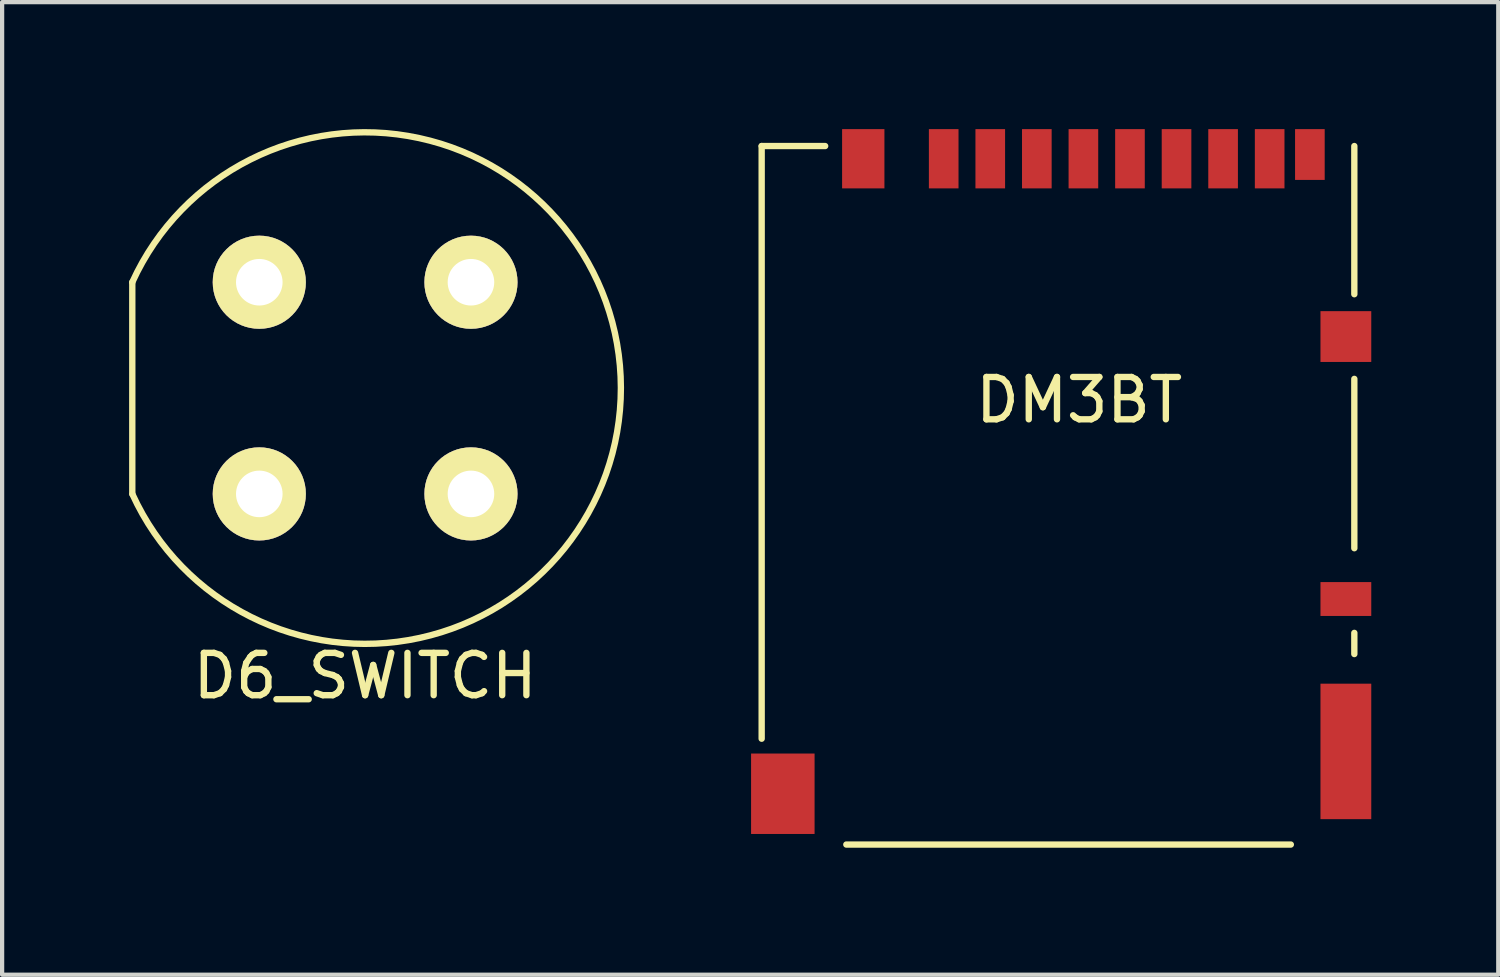
<source format=kicad_pcb>
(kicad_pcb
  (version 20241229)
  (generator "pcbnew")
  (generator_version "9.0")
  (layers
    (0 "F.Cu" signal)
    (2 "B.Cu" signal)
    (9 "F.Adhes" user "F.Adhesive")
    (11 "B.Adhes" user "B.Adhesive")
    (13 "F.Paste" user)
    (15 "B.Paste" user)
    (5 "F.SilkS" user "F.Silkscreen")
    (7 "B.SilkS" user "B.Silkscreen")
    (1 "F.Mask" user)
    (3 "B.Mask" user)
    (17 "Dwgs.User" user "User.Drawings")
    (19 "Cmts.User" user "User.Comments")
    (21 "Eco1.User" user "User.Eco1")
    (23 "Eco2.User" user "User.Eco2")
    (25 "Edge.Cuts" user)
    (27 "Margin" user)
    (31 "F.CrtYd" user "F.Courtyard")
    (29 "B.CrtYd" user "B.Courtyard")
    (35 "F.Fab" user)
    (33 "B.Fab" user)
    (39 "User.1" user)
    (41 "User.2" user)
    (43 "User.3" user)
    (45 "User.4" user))
  (footprint "D6_SWITCH"
    (layer "F.Cu")
    (at 5.575 6.117)
    (property "Reference" "D6_SWITCH" (at 0 6.8 0) (layer "F.SilkS") (effects (font (size 1 1) (thickness 0.15))))
    (attr through_hole)
    (fp_line (start -5.5 2.5) (end -5.5 -2.5) (stroke (width 0.15) (type solid)) (layer "F.SilkS"))
    (fp_arc (start -5.5 -2.5) (mid 6.04152 -0.00591) (end -5.495099 2.510755) (stroke (width 0.15) (type solid)) (layer "F.SilkS"))
    (pad "1" thru_hole circle (at -2.5 -2.5) (size 2.2 2.2) (drill 1.1) (layers "*.Cu" "*.Mask" "F.SilkS"))
    (pad "1" thru_hole circle (at 2.5 -2.5) (size 2.2 2.2) (drill 1.1) (layers "*.Cu" "*.Mask" "F.SilkS"))
    (pad "2" thru_hole circle (at -2.5 2.5) (size 2.2 2.2) (drill 1.1) (layers "*.Cu" "*.Mask" "F.SilkS"))
    (pad "2" thru_hole circle (at 2.5 2.5) (size 2.2 2.2) (drill 1.1) (layers "*.Cu" "*.Mask" "F.SilkS")))
  (footprint "DM3BT"
    (layer "F.Cu")
    (at 22.442 8.4)
    (property "Reference" "DM3BT" (at 0 -2 0) (layer "F.SilkS") (effects (font (size 1 1) (thickness 0.15))))
    (attr through_hole)
    (fp_line (start -7.5 -8) (end -6 -8) (stroke (width 0.15) (type solid)) (layer "F.SilkS"))
    (fp_line (start -7.5 6) (end -7.5 -8) (stroke (width 0.15) (type solid)) (layer "F.SilkS"))
    (fp_line (start -5.5 8.5) (end 5 8.5) (stroke (width 0.15) (type solid)) (layer "F.SilkS"))
    (fp_line (start 6.5 -4.5) (end 6.5 -8) (stroke (width 0.15) (type solid)) (layer "F.SilkS"))
    (fp_line (start 6.5 -2.5) (end 6.5 1.5) (stroke (width 0.15) (type solid)) (layer "F.SilkS"))
    (fp_line (start 6.5 3.5) (end 6.5 4) (stroke (width 0.15) (type solid)) (layer "F.SilkS"))
    (pad "1" smd rect (at -3.2 -7.7) (size 0.7 1.4) (layers "F.Cu" "F.Mask" "F.Paste"))
    (pad "2" smd rect (at -2.1 -7.7) (size 0.7 1.4) (layers "F.Cu" "F.Mask" "F.Paste"))
    (pad "3" smd rect (at -1 -7.7) (size 0.7 1.4) (layers "F.Cu" "F.Mask" "F.Paste"))
    (pad "4" smd rect (at 0.1 -7.7) (size 0.7 1.4) (layers "F.Cu" "F.Mask" "F.Paste"))
    (pad "5" smd rect (at 1.2 -7.7) (size 0.7 1.4) (layers "F.Cu" "F.Mask" "F.Paste"))
    (pad "6" smd rect (at 2.3 -7.7) (size 0.7 1.4) (layers "F.Cu" "F.Mask" "F.Paste"))
    (pad "7" smd rect (at 3.4 -7.7) (size 0.7 1.4) (layers "F.Cu" "F.Mask" "F.Paste"))
    (pad "8" smd rect (at 4.5 -7.7) (size 0.7 1.4) (layers "F.Cu" "F.Mask" "F.Paste"))
    (pad "CD_A" smd rect (at 6.3 2.7) (size 1.2 0.8) (layers "F.Cu" "F.Mask" "F.Paste"))
    (pad "CD_B" smd rect (at 5.45 -7.8) (size 0.7 1.2) (layers "F.Cu" "F.Mask" "F.Paste"))
    (pad "GND" smd rect (at -7 7.3) (size 1.5 1.9) (layers "F.Cu" "F.Mask" "F.Paste"))
    (pad "GND" smd rect (at -5.1 -7.7) (size 1 1.4) (layers "F.Cu" "F.Mask" "F.Paste"))
    (pad "GND" smd rect (at 6.3 -3.5) (size 1.2 1.2) (layers "F.Cu" "F.Mask" "F.Paste"))
    (pad "GND" smd rect (at 6.3 6.3) (size 1.2 3.2) (layers "F.Cu" "F.Mask" "F.Paste")))
  (gr_rect
    (start -3 -3)
    (end 32.342 19.975)
    (stroke (width 0.1) (type default))
    (fill no)
    (layer "Edge.Cuts")))
</source>
